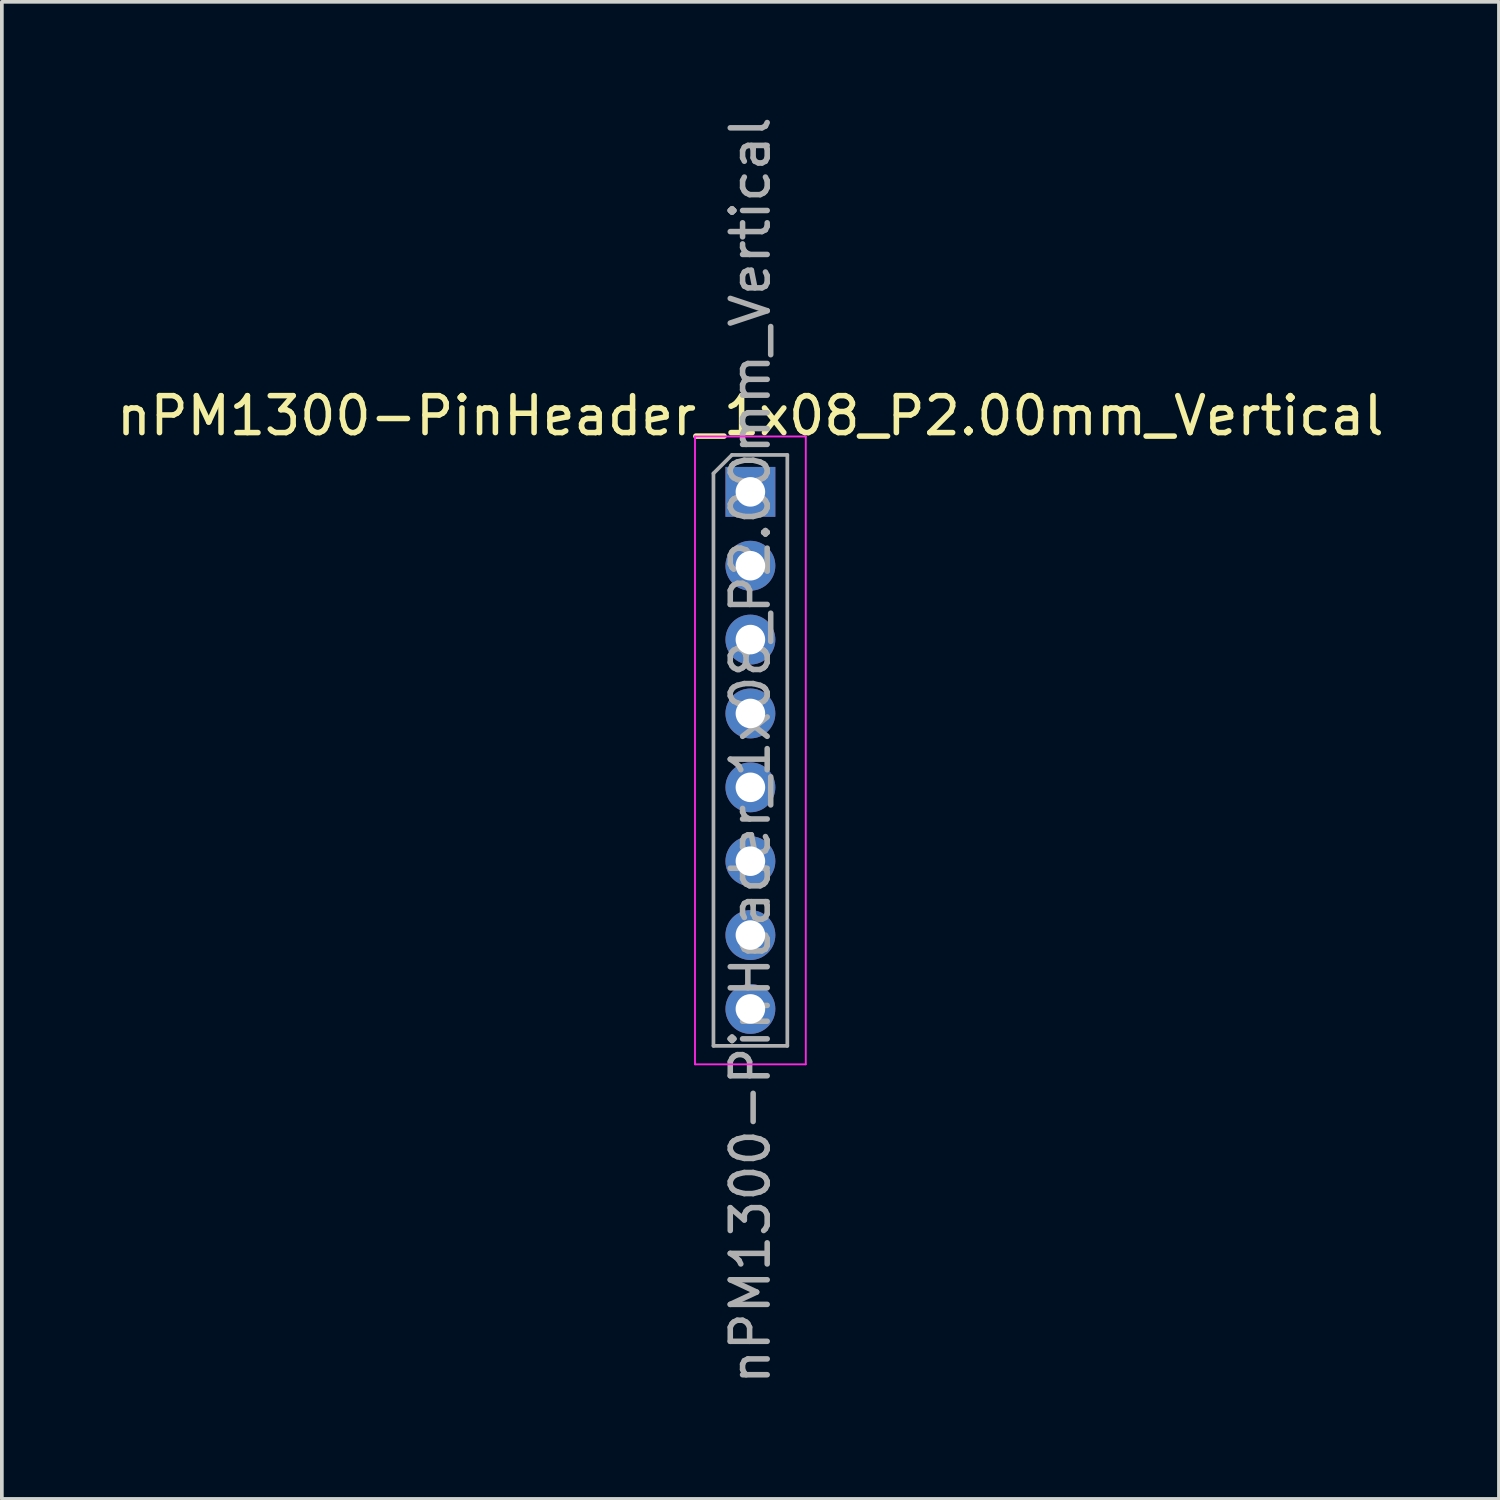
<source format=kicad_pcb>
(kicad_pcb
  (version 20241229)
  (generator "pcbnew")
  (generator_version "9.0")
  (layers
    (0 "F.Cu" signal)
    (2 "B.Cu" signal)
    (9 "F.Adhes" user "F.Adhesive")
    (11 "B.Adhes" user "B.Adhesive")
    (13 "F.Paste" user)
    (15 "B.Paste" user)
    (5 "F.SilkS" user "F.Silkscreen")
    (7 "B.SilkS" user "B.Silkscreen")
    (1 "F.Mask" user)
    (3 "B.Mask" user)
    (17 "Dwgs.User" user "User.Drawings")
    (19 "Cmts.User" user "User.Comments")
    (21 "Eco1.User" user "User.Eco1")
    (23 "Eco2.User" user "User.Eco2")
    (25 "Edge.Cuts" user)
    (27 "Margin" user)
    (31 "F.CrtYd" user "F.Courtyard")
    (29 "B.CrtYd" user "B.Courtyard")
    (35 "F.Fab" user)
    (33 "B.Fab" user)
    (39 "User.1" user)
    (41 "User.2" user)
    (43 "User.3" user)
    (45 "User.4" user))
  (footprint "nPM1300-PinHeader_1x08_P2.00mm_Vertical"
    (layer "F.Cu")
    (at 17.268 10.268)
    (property "Reference" "nPM1300-PinHeader_1x08_P2.00mm_Vertical" (at 0 -2.06 0) (layer "F.SilkS") (effects (font (size 1 1) (thickness 0.15))))
    (attr through_hole)
    (fp_line (start -1.5 -1.5) (end -1.5 15.5) (stroke (width 0.05) (type solid)) (layer "F.CrtYd"))
    (fp_line (start -1.5 15.5) (end 1.5 15.5) (stroke (width 0.05) (type solid)) (layer "F.CrtYd"))
    (fp_line (start 1.5 -1.5) (end -1.5 -1.5) (stroke (width 0.05) (type solid)) (layer "F.CrtYd"))
    (fp_line (start 1.5 15.5) (end 1.5 -1.5) (stroke (width 0.05) (type solid)) (layer "F.CrtYd"))
    (fp_line (start -1 -0.5) (end -0.5 -1) (stroke (width 0.1) (type solid)) (layer "F.Fab"))
    (fp_line (start -1 15) (end -1 -0.5) (stroke (width 0.1) (type solid)) (layer "F.Fab"))
    (fp_line (start -0.5 -1) (end 1 -1) (stroke (width 0.1) (type solid)) (layer "F.Fab"))
    (fp_line (start 1 -1) (end 1 15) (stroke (width 0.1) (type solid)) (layer "F.Fab"))
    (fp_line (start 1 15) (end -1 15) (stroke (width 0.1) (type solid)) (layer "F.Fab"))
    (fp_text user "${REFERENCE}" (at 0 7 90) (layer "F.Fab") (effects (font (size 1 1) (thickness 0.15))))
    (pad "1" thru_hole rect (at 0 0) (size 1.35 1.35) (drill 0.8) (layers "*.Cu" "*.Mask"))
    (pad "2" thru_hole oval (at 0 2) (size 1.35 1.35) (drill 0.8) (layers "*.Cu" "*.Mask"))
    (pad "3" thru_hole oval (at 0 4) (size 1.35 1.35) (drill 0.8) (layers "*.Cu" "*.Mask"))
    (pad "4" thru_hole oval (at 0 6) (size 1.35 1.35) (drill 0.8) (layers "*.Cu" "*.Mask"))
    (pad "5" thru_hole oval (at 0 8) (size 1.35 1.35) (drill 0.8) (layers "*.Cu" "*.Mask"))
    (pad "6" thru_hole oval (at 0 10) (size 1.35 1.35) (drill 0.8) (layers "*.Cu" "*.Mask"))
    (pad "7" thru_hole oval (at 0 12) (size 1.35 1.35) (drill 0.8) (layers "*.Cu" "*.Mask"))
    (pad "8" thru_hole oval (at 0 14) (size 1.35 1.35) (drill 0.8) (layers "*.Cu" "*.Mask")))
  (gr_rect
    (start -3 -3)
    (end 37.536 37.536)
    (stroke (width 0.1) (type default))
    (fill no)
    (layer "Edge.Cuts")))
</source>
